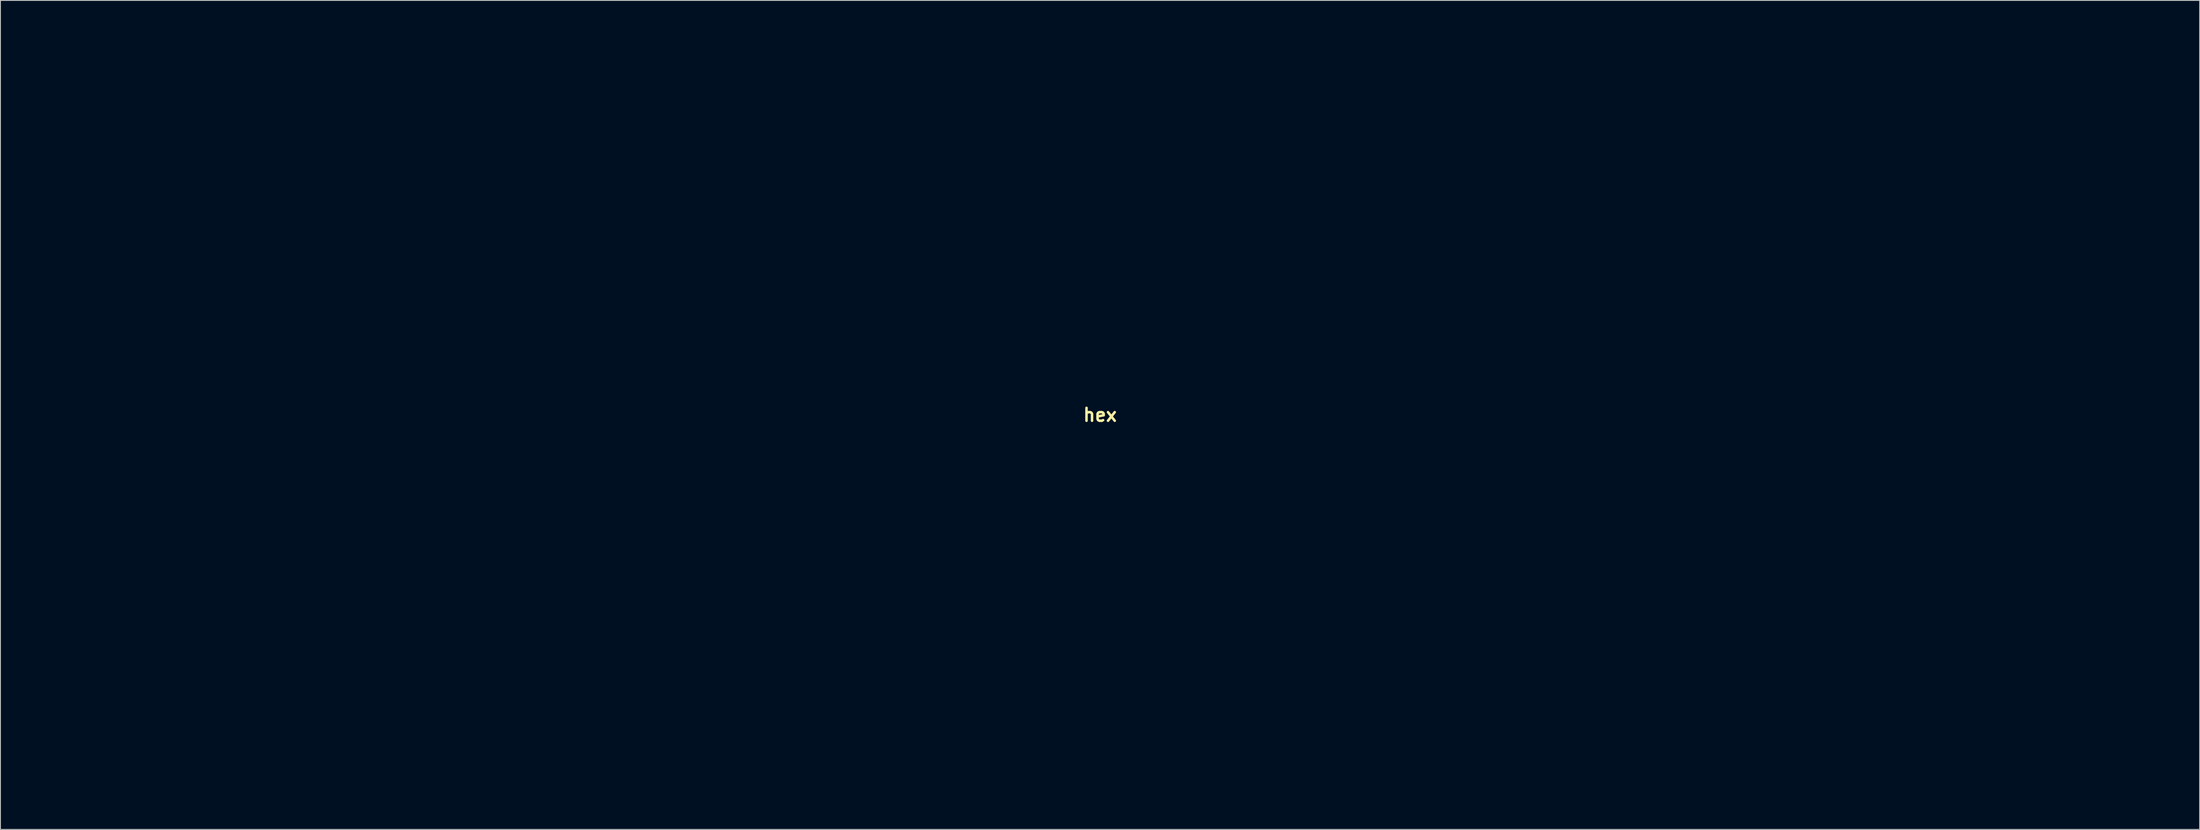
<source format=kicad_pcb>
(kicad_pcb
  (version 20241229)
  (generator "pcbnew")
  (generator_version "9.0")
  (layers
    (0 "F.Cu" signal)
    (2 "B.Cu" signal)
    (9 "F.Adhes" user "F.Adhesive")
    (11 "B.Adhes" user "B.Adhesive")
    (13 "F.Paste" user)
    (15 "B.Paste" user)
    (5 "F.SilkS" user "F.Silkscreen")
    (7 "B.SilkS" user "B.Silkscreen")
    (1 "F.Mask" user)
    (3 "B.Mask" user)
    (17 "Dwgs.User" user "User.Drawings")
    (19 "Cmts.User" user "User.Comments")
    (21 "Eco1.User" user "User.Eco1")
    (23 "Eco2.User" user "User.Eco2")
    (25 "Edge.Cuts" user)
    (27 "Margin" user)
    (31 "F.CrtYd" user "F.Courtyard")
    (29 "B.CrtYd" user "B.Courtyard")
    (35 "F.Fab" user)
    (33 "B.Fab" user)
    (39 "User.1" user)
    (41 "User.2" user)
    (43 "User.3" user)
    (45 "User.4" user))
  (footprint "hex"
    (layer "F.Cu")
    (at 127 46.005)
    (property "Reference" "hex" (at 0 0 0) (layer "F.SilkS") (effects (font (size 1.524 1.524) (thickness 0.3))))
    (attr through_hole)
    (fp_poly (pts (xy -106.9 -34.332) (xy -101.131 -30.999) (xy -100.145 -30.431) (xy -99.21 -29.893) (xy -98.338 -29.394) (xy -97.546 -28.943) (xy -96.847 -28.546) (xy -96.256 -28.213) (xy -95.788 -27.952) (xy -95.456 -27.771) (xy -95.276 -27.678) (xy -95.248 -27.667) (xy -95.145 -27.715) (xy -94.882 -27.856) (xy -94.476 -28.081) (xy -93.941 -28.381) (xy -93.29 -28.749) (xy -92.54 -29.176) (xy -91.704 -29.654) (xy -90.796 -30.174) (xy -89.833 -30.728) (xy -89.368 -30.997) (xy -83.6 -34.327) (xy -83.6 -46) (xy -83.1 -46) (xy -83.1 -34.343) (xy -77.266 -30.972) (xy -71.432 -27.601) (xy -65.591 -30.975) (xy -59.75 -34.35) (xy -59.724 -40.175) (xy -59.719 -41.4) (xy -59.713 -42.439) (xy -59.708 -43.309) (xy -59.701 -44.025) (xy -59.693 -44.6) (xy -59.682 -45.052) (xy -59.669 -45.394) (xy -59.653 -45.642) (xy -59.632 -45.811) (xy -59.608 -45.916) (xy -59.578 -45.973) (xy -59.542 -45.996) (xy -59.501 -46) (xy -59.499 -46) (xy -59.457 -45.996) (xy -59.422 -45.975) (xy -59.392 -45.92) (xy -59.368 -45.818) (xy -59.348 -45.652) (xy -59.332 -45.408) (xy -59.321 -45.071) (xy -59.312 -44.625) (xy -59.306 -44.056) (xy -59.303 -43.348) (xy -59.301 -42.486) (xy -59.3 -41.455) (xy -59.3 -40.24) (xy -59.3 -40.174) (xy -59.3 -34.349) (xy -47.613 -27.602) (xy -35.906 -34.35) (xy -35.903 -40.175) (xy -35.902 -41.4) (xy -35.901 -42.439) (xy -35.899 -43.309) (xy -35.895 -44.024) (xy -35.889 -44.6) (xy -35.88 -45.052) (xy -35.869 -45.394) (xy -35.853 -45.642) (xy -35.834 -45.811) (xy -35.809 -45.916) (xy -35.78 -45.973) (xy -35.745 -45.996) (xy -35.703 -46) (xy -35.7 -46) (xy -35.658 -45.996) (xy -35.622 -45.975) (xy -35.592 -45.921) (xy -35.568 -45.82) (xy -35.548 -45.655) (xy -35.532 -45.413) (xy -35.521 -45.077) (xy -35.512 -44.634) (xy -35.506 -44.066) (xy -35.502 -43.361) (xy -35.5 -42.502) (xy -35.499 -41.474) (xy -35.498 -40.262) (xy -35.498 -40.175) (xy -35.497 -34.35) (xy -29.647 -30.975) (xy -23.797 -27.601) (xy -17.95 -30.975) (xy -12.104 -34.35) (xy -12.102 -40.175) (xy -12.101 -41.4) (xy -12.1 -42.439) (xy -12.098 -43.309) (xy -12.094 -44.024) (xy -12.089 -44.6) (xy -12.08 -45.052) (xy -12.069 -45.394) (xy -12.053 -45.642) (xy -12.034 -45.811) (xy -12.009 -45.916) (xy -11.98 -45.973) (xy -11.945 -45.996) (xy -11.903 -46) (xy -11.9 -46) (xy -11.858 -45.996) (xy -11.822 -45.975) (xy -11.792 -45.921) (xy -11.768 -45.82) (xy -11.748 -45.655) (xy -11.732 -45.413) (xy -11.72 -45.077) (xy -11.712 -44.633) (xy -11.705 -44.066) (xy -11.701 -43.36) (xy -11.699 -42.5) (xy -11.698 -41.472) (xy -11.697 -40.26) (xy -11.697 -40.175) (xy -11.694 -34.35) (xy -5.839 -30.976) (xy 0.017 -27.601) (xy 5.858 -30.974) (xy 11.7 -34.346) (xy 11.7 -40.173) (xy 11.7 -41.398) (xy 11.701 -42.438) (xy 11.703 -43.308) (xy 11.706 -44.024) (xy 11.712 -44.6) (xy 11.72 -45.051) (xy 11.732 -45.393) (xy 11.747 -45.642) (xy 11.766 -45.811) (xy 11.791 -45.916) (xy 11.82 -45.973) (xy 11.855 -45.996) (xy 11.897 -46) (xy 11.899 -46) (xy 11.941 -45.996) (xy 11.977 -45.974) (xy 12.007 -45.919) (xy 12.032 -45.815) (xy 12.052 -45.648) (xy 12.069 -45.403) (xy 12.082 -45.063) (xy 12.092 -44.615) (xy 12.101 -44.043) (xy 12.107 -43.332) (xy 12.113 -42.467) (xy 12.118 -41.432) (xy 12.124 -40.213) (xy 12.124 -40.176) (xy 12.15 -34.352) (xy 23.831 -27.601) (xy 35.5 -34.338) (xy 35.5 -46) (xy 36 -46) (xy 36 -34.33) (xy 41.767 -30.999) (xy 42.753 -30.43) (xy 43.688 -29.893) (xy 44.559 -29.394) (xy 45.352 -28.942) (xy 46.051 -28.546) (xy 46.642 -28.213) (xy 47.111 -27.951) (xy 47.442 -27.77) (xy 47.622 -27.677) (xy 47.65 -27.667) (xy 47.754 -27.715) (xy 48.017 -27.856) (xy 48.423 -28.081) (xy 48.959 -28.382) (xy 49.609 -28.75) (xy 50.36 -29.177) (xy 51.196 -29.655) (xy 52.103 -30.175) (xy 53.067 -30.73) (xy 53.533 -30.999) (xy 59.3 -34.33) (xy 59.3 -40.165) (xy 59.3 -46) (xy 59.8 -46) (xy 59.8 -34.34) (xy 65.635 -30.97) (xy 71.469 -27.601) (xy 77.31 -30.976) (xy 83.15 -34.352) (xy 83.176 -40.176) (xy 83.181 -41.4) (xy 83.187 -42.44) (xy 83.192 -43.31) (xy 83.199 -44.025) (xy 83.207 -44.601) (xy 83.218 -45.052) (xy 83.231 -45.394) (xy 83.247 -45.642) (xy 83.268 -45.811) (xy 83.292 -45.917) (xy 83.322 -45.973) (xy 83.358 -45.996) (xy 83.4 -46) (xy 83.401 -46) (xy 83.443 -45.996) (xy 83.478 -45.975) (xy 83.508 -45.92) (xy 83.532 -45.818) (xy 83.552 -45.652) (xy 83.568 -45.408) (xy 83.579 -45.071) (xy 83.588 -44.625) (xy 83.594 -44.056) (xy 83.597 -43.348) (xy 83.599 -42.486) (xy 83.6 -41.455) (xy 83.6 -40.24) (xy 83.6 -40.173) (xy 83.6 -34.347) (xy 89.442 -30.975) (xy 95.284 -27.602) (xy 101.139 -30.976) (xy 106.994 -34.35) (xy 106.997 -40.175) (xy 106.998 -41.4) (xy 106.999 -42.439) (xy 107.001 -43.309) (xy 107.005 -44.024) (xy 107.011 -44.6) (xy 107.02 -45.052) (xy 107.031 -45.394) (xy 107.047 -45.642) (xy 107.066 -45.811) (xy 107.091 -45.916) (xy 107.12 -45.973) (xy 107.155 -45.996) (xy 107.197 -46) (xy 107.2 -46) (xy 107.242 -45.996) (xy 107.278 -45.975) (xy 107.308 -45.921) (xy 107.332 -45.82) (xy 107.352 -45.655) (xy 107.368 -45.413) (xy 107.379 -45.077) (xy 107.388 -44.634) (xy 107.394 -44.066) (xy 107.398 -43.361) (xy 107.4 -42.501) (xy 107.401 -41.473) (xy 107.402 -40.262) (xy 107.402 -40.175) (xy 107.404 -34.35) (xy 119.097 -27.6) (xy 122.994 -29.85) (xy 123.799 -30.314) (xy 124.55 -30.746) (xy 125.231 -31.136) (xy 125.823 -31.473) (xy 126.308 -31.748) (xy 126.67 -31.95) (xy 126.89 -32.07) (xy 126.952 -32.1) (xy 126.988 -32.016) (xy 126.982 -31.875) (xy 126.943 -31.802) (xy 126.835 -31.697) (xy 126.645 -31.553) (xy 126.359 -31.361) (xy 125.963 -31.113) (xy 125.445 -30.8) (xy 124.791 -30.414) (xy 123.988 -29.947) (xy 123.127 -29.45) (xy 119.305 -27.25) (xy 119.302 -20.491) (xy 119.3 -13.731) (xy 123.15 -11.508) (xy 124.074 -10.973) (xy 124.839 -10.528) (xy 125.46 -10.163) (xy 125.951 -9.868) (xy 126.328 -9.634) (xy 126.603 -9.452) (xy 126.794 -9.312) (xy 126.913 -9.205) (xy 126.977 -9.121) (xy 126.999 -9.051) (xy 127 -9.034) (xy 127 -8.784) (xy 126.675 -8.982) (xy 126.291 -9.212) (xy 125.798 -9.502) (xy 125.217 -9.841) (xy 124.568 -10.216) (xy 123.874 -10.615) (xy 123.156 -11.026) (xy 122.434 -11.437) (xy 121.731 -11.836) (xy 121.067 -12.21) (xy 120.465 -12.548) (xy 119.945 -12.837) (xy 119.528 -13.066) (xy 119.237 -13.221) (xy 119.092 -13.292) (xy 119.081 -13.295) (xy 118.974 -13.245) (xy 118.709 -13.103) (xy 118.3 -12.877) (xy 117.762 -12.576) (xy 117.11 -12.207) (xy 116.358 -11.779) (xy 115.521 -11.3) (xy 114.613 -10.778) (xy 113.65 -10.223) (xy 113.2 -9.963) (xy 107.45 -6.636) (xy 107.45 6.936) (xy 113.2 10.263) (xy 114.184 10.831) (xy 115.119 11.369) (xy 115.99 11.868) (xy 116.782 12.32) (xy 117.481 12.717) (xy 118.072 13.05) (xy 118.541 13.311) (xy 118.873 13.492) (xy 119.053 13.584) (xy 119.081 13.595) (xy 119.186 13.548) (xy 119.442 13.412) (xy 119.829 13.201) (xy 120.325 12.926) (xy 120.909 12.6) (xy 121.559 12.233) (xy 122.254 11.84) (xy 122.973 11.43) (xy 123.694 11.018) (xy 124.397 10.615) (xy 125.059 10.233) (xy 125.659 9.884) (xy 126.177 9.58) (xy 126.59 9.333) (xy 126.675 9.282) (xy 127 9.084) (xy 127 9.333) (xy 126.986 9.401) (xy 126.934 9.481) (xy 126.83 9.582) (xy 126.658 9.713) (xy 126.404 9.884) (xy 126.054 10.104) (xy 125.592 10.383) (xy 125.004 10.73) (xy 124.275 11.155) (xy 123.39 11.668) (xy 123.15 11.806) (xy 119.3 14.03) (xy 119.302 20.79) (xy 119.305 27.55) (xy 123.127 29.75) (xy 124.076 30.298) (xy 124.864 30.757) (xy 125.503 31.135) (xy 126.008 31.441) (xy 126.392 31.683) (xy 126.668 31.87) (xy 126.85 32.01) (xy 126.95 32.111) (xy 126.982 32.175) (xy 126.984 32.35) (xy 126.952 32.4) (xy 126.855 32.352) (xy 126.603 32.213) (xy 126.213 31.994) (xy 125.703 31.705) (xy 125.09 31.355) (xy 124.393 30.956) (xy 123.628 30.516) (xy 122.994 30.15) (xy 119.097 27.9) (xy 113.25 31.275) (xy 107.404 34.65) (xy 107.402 40.325) (xy 107.401 41.532) (xy 107.4 42.555) (xy 107.398 43.409) (xy 107.394 44.108) (xy 107.388 44.669) (xy 107.379 45.106) (xy 107.367 45.435) (xy 107.351 45.672) (xy 107.331 45.831) (xy 107.306 45.928) (xy 107.275 45.978) (xy 107.238 45.997) (xy 107.2 46) (xy 107.157 45.996) (xy 107.121 45.975) (xy 107.091 45.92) (xy 107.067 45.817) (xy 107.047 45.65) (xy 107.031 45.404) (xy 107.019 45.064) (xy 107.011 44.614) (xy 107.005 44.039) (xy 107.001 43.324) (xy 106.999 42.453) (xy 106.998 41.41) (xy 106.997 40.325) (xy 106.994 34.65) (xy 95.284 27.902) (xy 89.442 31.275) (xy 83.6 34.647) (xy 83.6 40.323) (xy 83.6 41.531) (xy 83.599 42.554) (xy 83.597 43.408) (xy 83.594 44.107) (xy 83.588 44.668) (xy 83.579 45.106) (xy 83.567 45.435) (xy 83.551 45.672) (xy 83.531 45.831) (xy 83.506 45.928) (xy 83.475 45.978) (xy 83.438 45.997) (xy 83.401 46) (xy 83.358 45.996) (xy 83.322 45.974) (xy 83.292 45.917) (xy 83.267 45.812) (xy 83.247 45.643) (xy 83.23 45.394) (xy 83.217 45.05) (xy 83.207 44.596) (xy 83.199 44.016) (xy 83.192 43.295) (xy 83.186 42.418) (xy 83.181 41.369) (xy 83.176 40.326) (xy 83.15 34.652) (xy 77.31 31.276) (xy 71.469 27.901) (xy 65.635 31.27) (xy 59.8 34.64) (xy 59.8 40.32) (xy 59.8 46) (xy 59.3 46) (xy 59.3 34.63) (xy 53.533 31.299) (xy 52.547 30.73) (xy 51.612 30.193) (xy 50.741 29.694) (xy 49.948 29.242) (xy 49.249 28.846) (xy 48.658 28.513) (xy 48.189 28.251) (xy 47.858 28.07) (xy 47.678 27.977) (xy 47.65 27.967) (xy 47.546 28.015) (xy 47.283 28.156) (xy 46.877 28.381) (xy 46.341 28.682) (xy 45.691 29.05) (xy 44.94 29.477) (xy 44.104 29.955) (xy 43.197 30.475) (xy 42.233 31.03) (xy 41.767 31.299) (xy 36 34.63) (xy 36 46) (xy 35.5 46) (xy 35.5 40.319) (xy 35.5 34.638) (xy 29.666 31.27) (xy 23.831 27.901) (xy 17.991 31.276) (xy 12.15 34.652) (xy 12.124 40.326) (xy 12.119 41.533) (xy 12.113 42.556) (xy 12.107 43.409) (xy 12.1 44.109) (xy 12.092 44.669) (xy 12.081 45.107) (xy 12.068 45.436) (xy 12.051 45.672) (xy 12.029 45.831) (xy 12.004 45.928) (xy 11.973 45.979) (xy 11.936 45.997) (xy 11.899 46) (xy 11.857 45.996) (xy 11.821 45.974) (xy 11.791 45.919) (xy 11.766 45.815) (xy 11.747 45.647) (xy 11.731 45.4) (xy 11.72 45.058) (xy 11.712 44.606) (xy 11.706 44.029) (xy 11.703 43.312) (xy 11.701 42.438) (xy 11.7 41.393) (xy 11.7 40.323) (xy 11.7 34.646) (xy 5.858 31.274) (xy 0.017 27.901) (xy -5.839 31.276) (xy -11.694 34.65) (xy -11.697 40.325) (xy -11.698 41.532) (xy -11.699 42.555) (xy -11.701 43.409) (xy -11.705 44.108) (xy -11.712 44.669) (xy -11.72 45.106) (xy -11.733 45.435) (xy -11.749 45.672) (xy -11.769 45.831) (xy -11.794 45.928) (xy -11.825 45.978) (xy -11.862 45.997) (xy -11.9 46) (xy -11.943 45.996) (xy -11.979 45.975) (xy -12.009 45.92) (xy -12.033 45.817) (xy -12.053 45.65) (xy -12.069 45.405) (xy -12.08 45.064) (xy -12.089 44.615) (xy -12.095 44.04) (xy -12.098 43.324) (xy -12.1 42.454) (xy -12.101 41.412) (xy -12.102 40.325) (xy -12.104 34.65) (xy -23.797 27.901) (xy -29.647 31.275) (xy -35.497 34.65) (xy -35.498 40.325) (xy -35.499 41.532) (xy -35.5 42.555) (xy -35.502 43.409) (xy -35.506 44.108) (xy -35.512 44.669) (xy -35.521 45.106) (xy -35.533 45.435) (xy -35.549 45.672) (xy -35.569 45.831) (xy -35.594 45.928) (xy -35.625 45.978) (xy -35.662 45.997) (xy -35.7 46) (xy -35.743 45.996) (xy -35.779 45.975) (xy -35.809 45.92) (xy -35.833 45.817) (xy -35.853 45.65) (xy -35.869 45.404) (xy -35.881 45.064) (xy -35.889 44.614) (xy -35.895 44.039) (xy -35.899 43.324) (xy -35.901 42.453) (xy -35.902 41.41) (xy -35.903 40.325) (xy -35.906 34.65) (xy -41.76 31.276) (xy -47.613 27.902) (xy -59.3 34.649) (xy -59.3 40.324) (xy -59.3 41.532) (xy -59.301 42.555) (xy -59.303 43.408) (xy -59.306 44.108) (xy -59.312 44.669) (xy -59.321 45.106) (xy -59.333 45.435) (xy -59.349 45.672) (xy -59.369 45.831) (xy -59.394 45.928) (xy -59.425 45.978) (xy -59.462 45.997) (xy -59.499 46) (xy -59.542 45.996) (xy -59.578 45.974) (xy -59.608 45.917) (xy -59.633 45.812) (xy -59.653 45.643) (xy -59.67 45.394) (xy -59.683 45.05) (xy -59.693 44.596) (xy -59.701 44.016) (xy -59.708 43.295) (xy -59.714 42.418) (xy -59.719 41.37) (xy -59.724 40.325) (xy -59.75 34.65) (xy -65.591 31.275) (xy -71.432 27.901) (xy -77.266 31.272) (xy -83.1 34.643) (xy -83.1 46) (xy -83.6 46) (xy -83.6 34.627) (xy -89.368 31.297) (xy -90.353 30.729) (xy -91.288 30.191) (xy -92.16 29.693) (xy -92.952 29.241) (xy -93.651 28.845) (xy -94.242 28.512) (xy -94.71 28.251) (xy -95.041 28.07) (xy -95.221 27.977) (xy -95.248 27.967) (xy -95.352 28.015) (xy -95.614 28.156) (xy -96.02 28.381) (xy -96.556 28.682) (xy -97.206 29.049) (xy -97.957 29.476) (xy -98.793 29.954) (xy -99.7 30.475) (xy -100.664 31.03) (xy -101.131 31.299) (xy -106.9 34.632) (xy -106.9 46) (xy -107.4 46) (xy -107.4 34.638) (xy -112.925 31.449) (xy -113.896 30.888) (xy -114.823 30.353) (xy -115.689 29.853) (xy -116.478 29.397) (xy -117.176 28.994) (xy -117.767 28.653) (xy -118.235 28.382) (xy -118.565 28.192) (xy -118.74 28.09) (xy -118.756 28.081) (xy -119.063 27.902) (xy -123.006 30.181) (xy -123.945 30.723) (xy -124.726 31.17) (xy -125.363 31.532) (xy -125.87 31.814) (xy -126.262 32.024) (xy -126.552 32.17) (xy -126.755 32.26) (xy -126.886 32.3) (xy -126.957 32.298) (xy -126.984 32.262) (xy -126.984 32.261) (xy -126.94 32.041) (xy -126.855 31.942) (xy -126.736 31.867) (xy -126.462 31.704) (xy -126.053 31.464) (xy -125.527 31.156) (xy -124.902 30.792) (xy -124.199 30.384) (xy -123.435 29.942) (xy -122.995 29.688) (xy -119.299 27.554) (xy -119.324 20.769) (xy -119.35 14.115) (xy -118.901 14.115) (xy -118.876 20.827) (xy -118.85 27.54) (xy -107.156 34.294) (xy -106.853 34.117) (xy -106.715 34.037) (xy -106.419 33.866) (xy -105.981 33.613) (xy -105.417 33.287) (xy -104.741 32.898) (xy -103.971 32.453) (xy -103.121 31.962) (xy -102.207 31.435) (xy -101.244 30.88) (xy -101.024 30.753) (xy -95.499 27.565) (xy -95.499 27.561) (xy -95.001 27.561) (xy -89.18 30.922) (xy -83.359 34.283) (xy -83.005 34.097) (xy -82.857 34.015) (xy -82.552 33.841) (xy -82.106 33.586) (xy -81.534 33.257) (xy -80.853 32.865) (xy -80.077 32.418) (xy -79.223 31.925) (xy -78.307 31.395) (xy -77.344 30.838) (xy -77.15 30.726) (xy -71.668 27.553) (xy -71.201 27.553) (xy -65.376 30.922) (xy -64.387 31.492) (xy -63.45 32.032) (xy -62.578 32.533) (xy -61.786 32.986) (xy -61.088 33.384) (xy -60.498 33.718) (xy -60.031 33.981) (xy -59.7 34.164) (xy -59.521 34.259) (xy -59.492 34.27) (xy -59.398 34.218) (xy -59.145 34.074) (xy -58.747 33.847) (xy -58.219 33.545) (xy -57.575 33.175) (xy -56.83 32.747) (xy -55.998 32.268) (xy -55.092 31.747) (xy -54.128 31.192) (xy -53.621 30.9) (xy -47.808 27.55) (xy -47.8 14.038) (xy -47.827 14.023) (xy -47.4 14.023) (xy -47.398 20.786) (xy -47.396 27.55) (xy -41.573 30.919) (xy -40.585 31.49) (xy -39.648 32.03) (xy -38.775 32.53) (xy -37.983 32.984) (xy -37.284 33.382) (xy -36.694 33.716) (xy -36.226 33.979) (xy -35.895 34.162) (xy -35.715 34.257) (xy -35.686 34.269) (xy -35.59 34.217) (xy -35.336 34.073) (xy -34.938 33.846) (xy -34.409 33.544) (xy -33.764 33.174) (xy -33.018 32.746) (xy -32.186 32.267) (xy -31.28 31.745) (xy -30.316 31.19) (xy -29.813 30.9) (xy -24.005 27.55) (xy -24.002 20.79) (xy -24 14.032) (xy -23.6 14.032) (xy -23.597 20.791) (xy -23.594 27.55) (xy -17.772 30.916) (xy -16.783 31.487) (xy -15.846 32.027) (xy -14.973 32.527) (xy -14.18 32.981) (xy -13.481 33.379) (xy -12.89 33.713) (xy -12.421 33.976) (xy -12.089 34.159) (xy -11.909 34.254) (xy -11.879 34.266) (xy -11.783 34.215) (xy -11.528 34.071) (xy -11.128 33.844) (xy -10.599 33.542) (xy -9.953 33.173) (xy -9.207 32.744) (xy -8.374 32.265) (xy -7.468 31.744) (xy -6.505 31.188) (xy -6.005 30.9) (xy -0.202 27.55) (xy -0.201 20.785) (xy -0.2 14.043) (xy 0.199 14.043) (xy 0.224 20.797) (xy 0.25 27.55) (xy 6.05 30.915) (xy 7.035 31.486) (xy 7.969 32.027) (xy 8.837 32.53) (xy 9.624 32.986) (xy 10.317 33.387) (xy 10.902 33.725) (xy 11.363 33.991) (xy 11.687 34.177) (xy 11.86 34.276) (xy 11.885 34.29) (xy 11.975 34.243) (xy 12.224 34.104) (xy 12.618 33.881) (xy 13.142 33.582) (xy 13.783 33.216) (xy 14.525 32.79) (xy 15.355 32.313) (xy 16.259 31.793) (xy 17.222 31.237) (xy 17.761 30.926) (xy 23.601 27.553) (xy 23.576 20.769) (xy 23.562 17.173) (xy 24.014 17.173) (xy 24.015 18.098) (xy 24.018 19.19) (xy 24.023 20.463) (xy 24.024 20.838) (xy 24.05 27.543) (xy 35.742 34.295) (xy 36.046 34.118) (xy 36.184 34.038) (xy 36.48 33.866) (xy 36.918 33.613) (xy 37.483 33.287) (xy 38.158 32.897) (xy 38.929 32.452) (xy 39.779 31.962) (xy 40.693 31.434) (xy 41.655 30.878) (xy 41.876 30.751) (xy 47.401 27.562) (xy 47.899 27.562) (xy 53.719 30.923) (xy 59.539 34.284) (xy 59.894 34.097) (xy 60.042 34.015) (xy 60.347 33.842) (xy 60.793 33.586) (xy 61.365 33.258) (xy 62.047 32.865) (xy 62.823 32.418) (xy 63.677 31.925) (xy 64.593 31.395) (xy 65.556 30.838) (xy 65.75 30.726) (xy 71.234 27.551) (xy 71.699 27.551) (xy 77.524 30.922) (xy 78.511 31.493) (xy 79.446 32.034) (xy 80.314 32.536) (xy 81.102 32.992) (xy 81.795 33.392) (xy 82.379 33.73) (xy 82.839 33.996) (xy 83.163 34.183) (xy 83.334 34.282) (xy 83.359 34.296) (xy 83.445 34.248) (xy 83.69 34.109) (xy 84.079 33.885) (xy 84.598 33.587) (xy 85.232 33.222) (xy 85.968 32.798) (xy 86.791 32.324) (xy 87.686 31.807) (xy 88.639 31.257) (xy 89.009 31.043) (xy 89.988 30.478) (xy 90.92 29.94) (xy 91.789 29.437) (xy 92.581 28.978) (xy 93.281 28.572) (xy 93.873 28.228) (xy 94.342 27.955) (xy 94.674 27.761) (xy 94.852 27.655) (xy 94.875 27.641) (xy 95.1 27.495) (xy 95.1 14.04) (xy 95.067 14.021) (xy 95.5 14.021) (xy 95.501 20.785) (xy 95.503 27.55) (xy 101.326 30.919) (xy 102.315 31.49) (xy 103.252 32.03) (xy 104.124 32.531) (xy 104.916 32.984) (xy 105.615 33.382) (xy 106.205 33.717) (xy 106.673 33.98) (xy 107.004 34.162) (xy 107.183 34.257) (xy 107.212 34.269) (xy 107.307 34.217) (xy 107.561 34.074) (xy 107.96 33.846) (xy 108.488 33.544) (xy 109.133 33.174) (xy 109.878 32.746) (xy 110.711 32.267) (xy 111.616 31.746) (xy 112.58 31.191) (xy 113.085 30.9) (xy 118.895 27.55) (xy 118.898 20.79) (xy 118.9 14.03) (xy 113.057 10.658) (xy 111.902 9.992) (xy 110.909 9.42) (xy 110.063 8.936) (xy 109.352 8.531) (xy 108.764 8.201) (xy 108.286 7.937) (xy 107.907 7.734) (xy 107.612 7.585) (xy 107.39 7.482) (xy 107.229 7.42) (xy 107.115 7.392) (xy 107.036 7.39) (xy 106.982 7.407) (xy 106.857 7.477) (xy 106.574 7.639) (xy 106.148 7.883) (xy 105.594 8.2) (xy 104.928 8.583) (xy 104.165 9.022) (xy 103.32 9.509) (xy 102.407 10.035) (xy 101.443 10.591) (xy 101.125 10.775) (xy 95.5 14.021) (xy 95.067 14.021) (xy 89.241 10.656) (xy 83.382 7.273) (xy 83.016 7.48) (xy 82.866 7.566) (xy 82.559 7.742) (xy 82.111 8.001) (xy 81.537 8.331) (xy 80.854 8.725) (xy 80.077 9.174) (xy 79.223 9.667) (xy 78.308 10.195) (xy 77.347 10.751) (xy 77.2 10.835) (xy 71.75 13.984) (xy 71.724 20.768) (xy 71.699 27.551) (xy 71.234 27.551) (xy 71.25 27.542) (xy 71.276 20.796) (xy 71.301 14.05) (xy 65.443 10.667) (xy 64.451 10.095) (xy 63.507 9.556) (xy 62.628 9.055) (xy 61.827 8.603) (xy 61.119 8.207) (xy 60.518 7.875) (xy 60.039 7.615) (xy 59.696 7.435) (xy 59.504 7.343) (xy 59.468 7.333) (xy 59.363 7.39) (xy 59.1 7.539) (xy 58.693 7.771) (xy 58.157 8.079) (xy 57.507 8.452) (xy 56.757 8.884) (xy 55.922 9.366) (xy 55.016 9.888) (xy 54.055 10.444) (xy 53.65 10.678) (xy 47.95 13.974) (xy 47.924 20.768) (xy 47.899 27.562) (xy 47.401 27.562) (xy 47.401 27.562) (xy 47.376 20.768) (xy 47.35 13.974) (xy 41.65 10.678) (xy 40.67 10.111) (xy 39.74 9.574) (xy 38.875 9.075) (xy 38.088 8.622) (xy 37.396 8.224) (xy 36.811 7.888) (xy 36.35 7.624) (xy 36.027 7.44) (xy 35.856 7.345) (xy 35.833 7.333) (xy 35.733 7.375) (xy 35.477 7.507) (xy 35.083 7.719) (xy 34.568 8.002) (xy 33.95 8.346) (xy 33.247 8.74) (xy 32.475 9.174) (xy 31.652 9.64) (xy 30.796 10.126) (xy 29.924 10.623) (xy 29.053 11.121) (xy 28.202 11.609) (xy 27.387 12.079) (xy 26.625 12.519) (xy 25.935 12.921) (xy 25.334 13.274) (xy 24.839 13.567) (xy 24.467 13.792) (xy 24.237 13.938) (xy 24.174 13.983) (xy 24.14 14.022) (xy 24.11 14.085) (xy 24.085 14.186) (xy 24.064 14.34) (xy 24.048 14.561) (xy 24.035 14.863) (xy 24.025 15.261) (xy 24.019 15.769) (xy 24.015 16.402) (xy 24.014 17.173) (xy 23.562 17.173) (xy 23.55 13.986) (xy 18.1 10.835) (xy 17.134 10.277) (xy 16.21 9.743) (xy 15.346 9.244) (xy 14.557 8.789) (xy 13.859 8.386) (xy 13.268 8.045) (xy 12.8 7.775) (xy 12.47 7.586) (xy 12.296 7.486) (xy 12.284 7.479) (xy 11.918 7.273) (xy 0.199 14.043) (xy -0.2 14.043) (xy -0.2 14.02) (xy -5.97 10.689) (xy -6.956 10.12) (xy -7.894 9.582) (xy -8.769 9.084) (xy -9.566 8.632) (xy -10.269 8.235) (xy -10.866 7.903) (xy -11.34 7.642) (xy -11.678 7.461) (xy -11.864 7.368) (xy -11.895 7.358) (xy -12.006 7.407) (xy -12.275 7.548) (xy -12.688 7.773) (xy -13.23 8.074) (xy -13.886 8.443) (xy -14.641 8.87) (xy -15.482 9.349) (xy -16.392 9.87) (xy -17.358 10.426) (xy -17.825 10.695) (xy -23.6 14.032) (xy -24 14.032) (xy -24 14.03) (xy -29.775 10.694) (xy -30.762 10.125) (xy -31.7 9.587) (xy -32.575 9.087) (xy -33.372 8.635) (xy -34.077 8.238) (xy -34.673 7.904) (xy -35.148 7.643) (xy -35.486 7.461) (xy -35.673 7.368) (xy -35.704 7.357) (xy -35.815 7.406) (xy -36.085 7.547) (xy -36.497 7.772) (xy -37.039 8.073) (xy -37.695 8.441) (xy -38.45 8.868) (xy -39.291 9.347) (xy -40.201 9.868) (xy -41.167 10.423) (xy -41.629 10.69) (xy -47.4 14.023) (xy -47.827 14.023) (xy -53.659 10.656) (xy -59.517 7.273) (xy -59.884 7.48) (xy -60.034 7.565) (xy -60.341 7.742) (xy -60.789 8) (xy -61.363 8.331) (xy -62.046 8.725) (xy -62.823 9.174) (xy -63.677 9.667) (xy -64.592 10.195) (xy -65.554 10.751) (xy -65.7 10.835) (xy -71.15 13.984) (xy -71.176 20.768) (xy -71.201 27.553) (xy -71.668 27.553) (xy -71.65 27.542) (xy -71.624 20.837) (xy -71.619 19.512) (xy -71.616 18.373) (xy -71.614 17.405) (xy -71.615 16.594) (xy -71.618 15.926) (xy -71.623 15.386) (xy -71.632 14.96) (xy -71.644 14.633) (xy -71.659 14.392) (xy -71.679 14.222) (xy -71.703 14.108) (xy -71.731 14.036) (xy -71.765 13.992) (xy -71.774 13.983) (xy -71.915 13.887) (xy -72.207 13.706) (xy -72.633 13.451) (xy -73.176 13.131) (xy -73.817 12.756) (xy -74.539 12.337) (xy -75.325 11.883) (xy -76.158 11.404) (xy -77.02 10.91) (xy -77.893 10.412) (xy -78.76 9.918) (xy -79.604 9.439) (xy -80.408 8.986) (xy -81.153 8.567) (xy -81.822 8.193) (xy -82.398 7.874) (xy -82.864 7.62) (xy -83.202 7.44) (xy -83.394 7.345) (xy -83.432 7.333) (xy -83.537 7.39) (xy -83.8 7.539) (xy -84.207 7.772) (xy -84.743 8.079) (xy -85.393 8.453) (xy -86.143 8.885) (xy -86.978 9.367) (xy -87.884 9.889) (xy -88.845 10.445) (xy -89.25 10.679) (xy -94.95 13.976) (xy -95.001 27.561) (xy -95.499 27.561) (xy -95.524 20.77) (xy -95.55 13.974) (xy -101.15 10.73) (xy -102.124 10.167) (xy -103.051 9.631) (xy -103.915 9.131) (xy -104.701 8.678) (xy -105.395 8.278) (xy -105.982 7.941) (xy -106.445 7.675) (xy -106.77 7.49) (xy -106.942 7.394) (xy -106.962 7.383) (xy -107.023 7.373) (xy -107.124 7.392) (xy -107.277 7.447) (xy -107.493 7.544) (xy -107.786 7.69) (xy -108.167 7.892) (xy -108.649 8.156) (xy -109.245 8.489) (xy -109.966 8.898) (xy -110.825 9.39) (xy -111.834 9.97) (xy -112.762 10.505) (xy -113.738 11.068) (xy -114.668 11.606) (xy -115.537 12.11) (xy -116.33 12.571) (xy -117.031 12.979) (xy -117.624 13.326) (xy -118.094 13.602) (xy -118.427 13.8) (xy -118.605 13.908) (xy -118.626 13.922) (xy -118.901 14.115) (xy -119.35 14.115) (xy -119.35 13.985) (xy -123.143 11.791) (xy -123.937 11.331) (xy -124.676 10.903) (xy -125.342 10.516) (xy -125.919 10.18) (xy -126.388 9.906) (xy -126.731 9.705) (xy -126.931 9.586) (xy -126.976 9.557) (xy -126.995 9.439) (xy -126.983 9.311) (xy -126.959 9.271) (xy -126.895 9.264) (xy -126.775 9.297) (xy -126.586 9.377) (xy -126.314 9.513) (xy -125.943 9.711) (xy -125.46 9.979) (xy -124.85 10.325) (xy -124.098 10.757) (xy -123.19 11.281) (xy -123.05 11.362) (xy -122.104 11.908) (xy -121.316 12.359) (xy -120.67 12.725) (xy -120.151 13.012) (xy -119.746 13.228) (xy -119.438 13.382) (xy -119.214 13.48) (xy -119.058 13.531) (xy -118.956 13.542) (xy -118.918 13.534) (xy -118.793 13.471) (xy -118.51 13.316) (xy -118.084 13.078) (xy -117.53 12.765) (xy -116.864 12.388) (xy -116.101 11.953) (xy -115.256 11.469) (xy -114.343 10.946) (xy -113.379 10.391) (xy -113.047 10.2) (xy -107.408 6.95) (xy -106.894 6.95) (xy -101.122 10.278) (xy -99.98 10.935) (xy -98.937 11.53) (xy -98 12.06) (xy -97.181 12.518) (xy -96.488 12.9) (xy -95.931 13.2) (xy -95.519 13.414) (xy -95.262 13.535) (xy -95.173 13.562) (xy -95.058 13.506) (xy -94.785 13.358) (xy -94.368 13.126) (xy -93.823 12.82) (xy -93.164 12.447) (xy -92.407 12.016) (xy -91.566 11.535) (xy -90.655 11.013) (xy -89.691 10.459) (xy -89.3 10.234) (xy -83.604 6.95) (xy -83.604 -6.65) (xy -83.091 -6.65) (xy -83.091 6.95) (xy -77.321 10.274) (xy -76.335 10.84) (xy -75.399 11.377) (xy -74.527 11.875) (xy -73.734 12.325) (xy -73.035 12.721) (xy -72.444 13.053) (xy -71.975 13.314) (xy -71.643 13.495) (xy -71.464 13.588) (xy -71.436 13.599) (xy -71.332 13.55) (xy -71.07 13.409) (xy -70.663 13.185) (xy -70.128 12.884) (xy -69.477 12.517) (xy -68.726 12.09) (xy -67.89 11.612) (xy -66.982 11.091) (xy -66.017 10.535) (xy -65.536 10.258) (xy -59.75 6.916) (xy -59.75 -6.616) (xy -59.797 -6.643) (xy -59.25 -6.643) (xy -59.25 6.943) (xy -53.5 10.272) (xy -52.269 10.982) (xy -51.168 11.613) (xy -50.201 12.161) (xy -49.375 12.624) (xy -48.695 12.998) (xy -48.167 13.281) (xy -47.796 13.468) (xy -47.589 13.557) (xy -47.55 13.564) (xy -47.431 13.508) (xy -47.154 13.361) (xy -46.734 13.129) (xy -46.186 12.822) (xy -45.525 12.449) (xy -44.765 12.017) (xy -43.923 11.535) (xy -43.012 11.011) (xy -42.047 10.454) (xy -41.65 10.225) (xy -35.95 6.923) (xy -35.95 -6.623) (xy -35.965 -6.632) (xy -35.45 -6.632) (xy -35.45 6.932) (xy -29.7 10.261) (xy -28.716 10.83) (xy -27.78 11.368) (xy -26.908 11.867) (xy -26.114 12.319) (xy -25.412 12.715) (xy -24.819 13.048) (xy -24.347 13.308) (xy -24.012 13.488) (xy -23.829 13.58) (xy -23.8 13.59) (xy -23.69 13.541) (xy -23.421 13.4) (xy -23.01 13.174) (xy -22.469 12.873) (xy -21.814 12.505) (xy -21.06 12.077) (xy -20.221 11.599) (xy -19.312 11.077) (xy -18.348 10.522) (xy -17.9 10.263) (xy -12.15 6.936) (xy -12.15 -6.624) (xy -11.65 -6.624) (xy -11.65 6.923) (xy -5.9 10.255) (xy -4.916 10.824) (xy -3.98 11.363) (xy -3.108 11.862) (xy -2.314 12.315) (xy -1.613 12.712) (xy -1.019 13.045) (xy -0.547 13.307) (xy -0.212 13.488) (xy -0.029 13.58) (xy 0 13.591) (xy 0.11 13.542) (xy 0.379 13.402) (xy 0.79 13.178) (xy 1.331 12.877) (xy 1.986 12.51) (xy 2.74 12.083) (xy 3.579 11.605) (xy 4.488 11.084) (xy 5.453 10.529) (xy 5.9 10.271) (xy 11.65 6.946) (xy 11.65 -6.612) (xy 12.15 -6.612) (xy 12.15 6.912) (xy 17.9 10.247) (xy 18.884 10.817) (xy 19.819 11.356) (xy 20.691 11.857) (xy 21.484 12.31) (xy 22.185 12.708) (xy 22.778 13.043) (xy 23.249 13.305) (xy 23.583 13.487) (xy 23.765 13.58) (xy 23.794 13.591) (xy 23.903 13.544) (xy 24.171 13.405) (xy 24.582 13.182) (xy 25.123 12.883) (xy 25.778 12.517) (xy 26.533 12.092) (xy 27.373 11.616) (xy 28.283 11.097) (xy 29.249 10.543) (xy 29.715 10.275) (xy 35.492 6.95) (xy 36.005 6.95) (xy 41.777 10.279) (xy 42.909 10.929) (xy 43.945 11.52) (xy 44.878 12.048) (xy 45.696 12.506) (xy 46.39 12.889) (xy 46.95 13.191) (xy 47.367 13.408) (xy 47.63 13.533) (xy 47.725 13.563) (xy 47.84 13.507) (xy 48.114 13.358) (xy 48.53 13.127) (xy 49.075 12.82) (xy 49.733 12.447) (xy 50.491 12.016) (xy 51.332 11.536) (xy 52.242 11.014) (xy 53.206 10.46) (xy 53.598 10.234) (xy 59.295 6.95) (xy 59.295 -6.65) (xy 59.808 -6.65) (xy 59.808 6.95) (xy 65.579 10.273) (xy 66.565 10.84) (xy 67.501 11.377) (xy 68.373 11.874) (xy 69.166 12.325) (xy 69.865 12.721) (xy 70.456 13.053) (xy 70.925 13.314) (xy 71.257 13.495) (xy 71.436 13.588) (xy 71.464 13.598) (xy 71.568 13.55) (xy 71.83 13.409) (xy 72.237 13.185) (xy 72.772 12.884) (xy 73.423 12.517) (xy 74.174 12.09) (xy 75.01 11.612) (xy 75.918 11.091) (xy 76.883 10.535) (xy 77.364 10.258) (xy 83.15 6.916) (xy 83.15 -6.616) (xy 83.102 -6.643) (xy 83.65 -6.643) (xy 83.65 6.943) (xy 89.4 10.273) (xy 90.647 10.993) (xy 91.759 11.63) (xy 92.731 12.181) (xy 93.558 12.644) (xy 94.235 13.016) (xy 94.758 13.295) (xy 95.12 13.476) (xy 95.318 13.559) (xy 95.35 13.564) (xy 95.469 13.508) (xy 95.746 13.36) (xy 96.166 13.129) (xy 96.714 12.822) (xy 97.375 12.448) (xy 98.135 12.016) (xy 98.978 11.534) (xy 99.889 11.011) (xy 100.853 10.454) (xy 101.25 10.224) (xy 106.95 6.924) (xy 106.95 -6.624) (xy 101.25 -9.924) (xy 100.268 -10.492) (xy 99.334 -11.03) (xy 98.462 -11.529) (xy 97.667 -11.982) (xy 96.965 -12.38) (xy 96.37 -12.715) (xy 95.897 -12.977) (xy 95.561 -13.16) (xy 95.378 -13.253) (xy 95.35 -13.264) (xy 95.219 -13.222) (xy 94.922 -13.079) (xy 94.463 -12.839) (xy 93.848 -12.504) (xy 93.08 -12.077) (xy 92.166 -11.561) (xy 91.109 -10.958) (xy 89.916 -10.271) (xy 89.4 -9.973) (xy 83.65 -6.643) (xy 83.102 -6.643) (xy 77.364 -9.958) (xy 76.377 -10.527) (xy 75.441 -11.065) (xy 74.568 -11.565) (xy 73.775 -12.018) (xy 73.075 -12.415) (xy 72.483 -12.749) (xy 72.014 -13.012) (xy 71.681 -13.194) (xy 71.5 -13.288) (xy 71.471 -13.3) (xy 71.368 -13.251) (xy 71.107 -13.111) (xy 70.701 -12.887) (xy 70.166 -12.587) (xy 69.516 -12.22) (xy 68.765 -11.795) (xy 67.929 -11.318) (xy 67.021 -10.799) (xy 66.057 -10.246) (xy 65.586 -9.975) (xy 59.808 -6.65) (xy 59.295 -6.65) (xy 53.572 -9.95) (xy 52.588 -10.515) (xy 51.652 -11.05) (xy 50.778 -11.546) (xy 49.981 -11.995) (xy 49.277 -12.389) (xy 48.68 -12.718) (xy 48.204 -12.975) (xy 47.866 -13.152) (xy 47.679 -13.241) (xy 47.65 -13.249) (xy 47.531 -13.2) (xy 47.254 -13.059) (xy 46.834 -12.834) (xy 46.285 -12.534) (xy 45.624 -12.166) (xy 44.863 -11.739) (xy 44.02 -11.262) (xy 43.107 -10.742) (xy 42.141 -10.188) (xy 41.728 -9.95) (xy 36.005 -6.65) (xy 36.005 6.95) (xy 35.492 6.95) (xy 35.492 -6.65) (xy 29.715 -9.975) (xy 28.729 -10.542) (xy 27.793 -11.078) (xy 26.921 -11.576) (xy 26.128 -12.026) (xy 25.428 -12.422) (xy 24.837 -12.754) (xy 24.369 -13.015) (xy 24.037 -13.196) (xy 23.858 -13.289) (xy 23.83 -13.3) (xy 23.727 -13.251) (xy 23.465 -13.11) (xy 23.06 -12.885) (xy 22.525 -12.585) (xy 21.875 -12.217) (xy 21.125 -11.789) (xy 20.289 -11.311) (xy 19.382 -10.79) (xy 18.418 -10.234) (xy 17.936 -9.956) (xy 12.15 -6.612) (xy 11.65 -6.612) (xy 11.65 -6.646) (xy 5.9 -9.975) (xy 4.652 -10.695) (xy 3.539 -11.332) (xy 2.567 -11.883) (xy 1.74 -12.346) (xy 1.063 -12.718) (xy 0.541 -12.996) (xy 0.179 -13.177) (xy -0.018 -13.259) (xy -0.05 -13.264) (xy -0.169 -13.208) (xy -0.446 -13.06) (xy -0.866 -12.829) (xy -1.414 -12.522) (xy -2.075 -12.148) (xy -2.835 -11.716) (xy -3.678 -11.234) (xy -4.589 -10.711) (xy -5.553 -10.154) (xy -5.95 -9.924) (xy -11.65 -6.624) (xy -12.15 -6.624) (xy -12.15 -6.636) (xy -17.9 -9.963) (xy -18.885 -10.531) (xy -19.82 -11.069) (xy -20.693 -11.568) (xy -21.487 -12.019) (xy -22.188 -12.416) (xy -22.782 -12.748) (xy -23.253 -13.008) (xy -23.588 -13.188) (xy -23.771 -13.28) (xy -23.8 -13.29) (xy -23.91 -13.241) (xy -24.178 -13.1) (xy -24.59 -12.874) (xy -25.131 -12.573) (xy -25.785 -12.204) (xy -26.54 -11.777) (xy -27.378 -11.298) (xy -28.287 -10.776) (xy -29.252 -10.22) (xy -29.7 -9.961) (xy -35.45 -6.632) (xy -35.965 -6.632) (xy -41.65 -9.925) (xy -42.632 -10.492) (xy -43.566 -11.03) (xy -44.438 -11.53) (xy -45.232 -11.983) (xy -45.935 -12.381) (xy -46.53 -12.715) (xy -47.003 -12.978) (xy -47.338 -13.16) (xy -47.522 -13.253) (xy -47.55 -13.264) (xy -47.68 -13.221) (xy -47.976 -13.079) (xy -48.431 -12.841) (xy -49.042 -12.509) (xy -49.801 -12.087) (xy -50.703 -11.577) (xy -51.743 -10.984) (xy -52.915 -10.31) (xy -53.5 -9.972) (xy -59.25 -6.643) (xy -59.797 -6.643) (xy -65.55 -9.967) (xy -66.719 -10.642) (xy -67.727 -11.222) (xy -68.587 -11.713) (xy -69.31 -12.123) (xy -69.908 -12.457) (xy -70.392 -12.723) (xy -70.776 -12.926) (xy -71.071 -13.072) (xy -71.288 -13.169) (xy -71.439 -13.223) (xy -71.538 -13.24) (xy -71.58 -13.234) (xy -71.704 -13.171) (xy -71.987 -13.016) (xy -72.413 -12.778) (xy -72.966 -12.466) (xy -73.632 -12.088) (xy -74.395 -11.653) (xy -75.24 -11.17) (xy -76.153 -10.646) (xy -77.117 -10.092) (xy -77.45 -9.9) (xy -83.091 -6.65) (xy -83.604 -6.65) (xy -89.327 -9.95) (xy -90.311 -10.515) (xy -91.248 -11.05) (xy -92.122 -11.546) (xy -92.918 -11.995) (xy -93.623 -12.389) (xy -94.22 -12.718) (xy -94.696 -12.975) (xy -95.034 -13.152) (xy -95.221 -13.24) (xy -95.25 -13.249) (xy -95.369 -13.2) (xy -95.646 -13.059) (xy -96.066 -12.834) (xy -96.615 -12.533) (xy -97.276 -12.165) (xy -98.037 -11.739) (xy -98.88 -11.261) (xy -99.793 -10.741) (xy -100.759 -10.187) (xy -101.172 -9.949) (xy -106.894 -6.65) (xy -106.894 6.95) (xy -107.408 6.95) (xy -107.408 -6.65) (xy -113.047 -9.9) (xy -114.025 -10.463) (xy -114.957 -10.998) (xy -115.826 -11.496) (xy -116.619 -11.948) (xy -117.319 -12.346) (xy -117.912 -12.681) (xy -118.382 -12.945) (xy -118.715 -13.128) (xy -118.895 -13.224) (xy -118.918 -13.234) (xy -118.997 -13.241) (xy -119.122 -13.213) (xy -119.307 -13.142) (xy -119.567 -13.019) (xy -119.917 -12.838) (xy -120.372 -12.591) (xy -120.947 -12.269) (xy -121.656 -11.865) (xy -122.514 -11.371) (xy -123.05 -11.062) (xy -123.981 -10.524) (xy -124.754 -10.08) (xy -125.383 -9.723) (xy -125.883 -9.444) (xy -126.269 -9.236) (xy -126.554 -9.092) (xy -126.753 -9.005) (xy -126.882 -8.966) (xy -126.953 -8.968) (xy -126.982 -9.004) (xy -126.983 -9.011) (xy -126.993 -9.195) (xy -126.976 -9.257) (xy -126.884 -9.314) (xy -126.636 -9.46) (xy -126.251 -9.686) (xy -125.746 -9.981) (xy -125.138 -10.334) (xy -124.447 -10.736) (xy -123.688 -11.175) (xy -123.143 -11.491) (xy -119.35 -13.685) (xy -119.337 -17.033) (xy -118.884 -17.033) (xy -118.882 -16.203) (xy -118.877 -15.52) (xy -118.87 -14.97) (xy -118.859 -14.539) (xy -118.845 -14.214) (xy -118.828 -13.981) (xy -118.807 -13.828) (xy -118.782 -13.74) (xy -118.761 -13.709) (xy -118.618 -13.613) (xy -118.324 -13.431) (xy -117.897 -13.175) (xy -117.353 -12.854) (xy -116.71 -12.478) (xy -115.987 -12.057) (xy -115.199 -11.601) (xy -114.365 -11.12) (xy -113.503 -10.625) (xy -112.628 -10.125) (xy -111.761 -9.629) (xy -110.916 -9.149) (xy -110.113 -8.695) (xy -109.369 -8.275) (xy -108.7 -7.9) (xy -108.125 -7.58) (xy -107.661 -7.326) (xy -107.325 -7.147) (xy -107.136 -7.052) (xy -107.1 -7.04) (xy -106.99 -7.095) (xy -106.721 -7.242) (xy -106.309 -7.473) (xy -105.769 -7.779) (xy -105.114 -8.152) (xy -104.361 -8.583) (xy -103.523 -9.064) (xy -102.615 -9.586) (xy -101.653 -10.142) (xy -101.25 -10.375) (xy -95.55 -13.675) (xy -95.524 -20.47) (xy -95.499 -27.261) (xy -95.001 -27.261) (xy -94.95 -13.677) (xy -89.2 -10.345) (xy -88.218 -9.777) (xy -87.286 -9.238) (xy -86.419 -8.739) (xy -85.631 -8.286) (xy -84.938 -7.889) (xy -84.353 -7.555) (xy -83.89 -7.293) (xy -83.566 -7.111) (xy -83.392 -7.018) (xy -83.368 -7.007) (xy -83.269 -7.054) (xy -83.012 -7.194) (xy -82.611 -7.417) (xy -82.081 -7.715) (xy -81.436 -8.08) (xy -80.691 -8.504) (xy -79.86 -8.979) (xy -78.958 -9.496) (xy -78 -10.047) (xy -77.618 -10.267) (xy -76.638 -10.833) (xy -75.707 -11.372) (xy -74.838 -11.875) (xy -74.049 -12.335) (xy -73.352 -12.742) (xy -72.763 -13.087) (xy -72.298 -13.363) (xy -71.971 -13.559) (xy -71.797 -13.667) (xy -71.774 -13.683) (xy -71.74 -13.722) (xy -71.71 -13.785) (xy -71.685 -13.886) (xy -71.664 -14.04) (xy -71.648 -14.261) (xy -71.635 -14.563) (xy -71.625 -14.961) (xy -71.619 -15.469) (xy -71.615 -16.102) (xy -71.614 -16.873) (xy -71.615 -17.798) (xy -71.618 -18.89) (xy -71.623 -20.163) (xy -71.624 -20.537) (xy -71.65 -27.242) (xy -71.668 -27.253) (xy -71.201 -27.253) (xy -71.15 -13.684) (xy -65.4 -10.351) (xy -64.417 -9.782) (xy -63.485 -9.243) (xy -62.618 -8.744) (xy -61.829 -8.291) (xy -61.135 -7.893) (xy -60.549 -7.559) (xy -60.086 -7.296) (xy -59.76 -7.114) (xy -59.585 -7.02) (xy -59.56 -7.009) (xy -59.46 -7.056) (xy -59.202 -7.196) (xy -58.8 -7.419) (xy -58.267 -7.718) (xy -57.619 -8.085) (xy -56.87 -8.511) (xy -56.035 -8.989) (xy -55.127 -9.51) (xy -54.161 -10.066) (xy -53.635 -10.369) (xy -47.828 -13.722) (xy -47.4 -13.722) (xy -41.576 -10.359) (xy -40.586 -9.79) (xy -39.644 -9.252) (xy -38.767 -8.754) (xy -37.967 -8.304) (xy -37.26 -7.91) (xy -36.66 -7.581) (xy -36.182 -7.323) (xy -35.84 -7.147) (xy -35.649 -7.058) (xy -35.614 -7.05) (xy -35.506 -7.108) (xy -35.239 -7.258) (xy -34.828 -7.491) (xy -34.289 -7.799) (xy -33.635 -8.173) (xy -32.881 -8.606) (xy -32.043 -9.088) (xy -31.134 -9.611) (xy -30.17 -10.167) (xy -29.738 -10.417) (xy -24 -13.73) (xy -24 -13.731) (xy -23.6 -13.731) (xy -17.775 -10.366) (xy -16.689 -9.741) (xy -15.682 -9.165) (xy -14.765 -8.645) (xy -13.95 -8.187) (xy -13.248 -7.798) (xy -12.671 -7.484) (xy -12.231 -7.251) (xy -11.938 -7.106) (xy -11.805 -7.055) (xy -11.8 -7.056) (xy -11.69 -7.114) (xy -11.421 -7.264) (xy -11.009 -7.497) (xy -10.467 -7.806) (xy -9.812 -8.18) (xy -9.057 -8.613) (xy -8.218 -9.095) (xy -7.309 -9.618) (xy -6.344 -10.174) (xy -5.925 -10.416) (xy -0.2 -13.72) (xy -0.2 -13.744) (xy 0.199 -13.744) (xy 6.024 -10.374) (xy 7.013 -9.803) (xy 7.951 -9.262) (xy 8.824 -8.76) (xy 9.617 -8.304) (xy 10.316 -7.904) (xy 10.907 -7.567) (xy 11.375 -7.301) (xy 11.707 -7.115) (xy 11.887 -7.016) (xy 11.916 -7.003) (xy 12.012 -7.051) (xy 12.266 -7.191) (xy 12.665 -7.416) (xy 13.194 -7.715) (xy 13.838 -8.083) (xy 14.583 -8.509) (xy 15.415 -8.987) (xy 16.319 -9.507) (xy 17.281 -10.062) (xy 17.766 -10.343) (xy 23.55 -13.685) (xy 23.563 -17.065) (xy 24.016 -17.065) (xy 24.017 -16.243) (xy 24.021 -15.567) (xy 24.028 -15.02) (xy 24.038 -14.591) (xy 24.051 -14.264) (xy 24.067 -14.027) (xy 24.087 -13.864) (xy 24.112 -13.763) (xy 24.141 -13.709) (xy 24.149 -13.701) (xy 24.293 -13.603) (xy 24.588 -13.421) (xy 25.016 -13.164) (xy 25.561 -12.842) (xy 26.204 -12.466) (xy 26.929 -12.045) (xy 27.717 -11.589) (xy 28.551 -11.108) (xy 29.413 -10.613) (xy 30.287 -10.113) (xy 31.155 -9.619) (xy 31.998 -9.139) (xy 32.8 -8.685) (xy 33.544 -8.266) (xy 34.211 -7.893) (xy 34.784 -7.575) (xy 35.246 -7.322) (xy 35.579 -7.144) (xy 35.766 -7.052) (xy 35.8 -7.041) (xy 35.91 -7.096) (xy 36.179 -7.243) (xy 36.591 -7.474) (xy 37.131 -7.78) (xy 37.786 -8.153) (xy 38.539 -8.584) (xy 39.377 -9.065) (xy 40.285 -9.588) (xy 41.247 -10.144) (xy 41.65 -10.377) (xy 47.35 -13.677) (xy 47.376 -20.469) (xy 47.401 -27.262) (xy 47.899 -27.262) (xy 47.924 -20.468) (xy 47.95 -13.674) (xy 53.7 -10.344) (xy 54.682 -9.775) (xy 55.614 -9.237) (xy 56.481 -8.738) (xy 57.269 -8.285) (xy 57.962 -7.888) (xy 58.547 -7.555) (xy 59.009 -7.293) (xy 59.334 -7.111) (xy 59.507 -7.018) (xy 59.532 -7.007) (xy 59.63 -7.054) (xy 59.887 -7.194) (xy 60.288 -7.418) (xy 60.819 -7.717) (xy 61.466 -8.084) (xy 62.214 -8.511) (xy 63.049 -8.989) (xy 63.957 -9.51) (xy 64.922 -10.066) (xy 65.457 -10.375) (xy 71.301 -13.75) (xy 71.276 -20.497) (xy 71.25 -27.244) (xy 71.238 -27.251) (xy 71.699 -27.251) (xy 71.724 -20.468) (xy 71.75 -13.684) (xy 77.5 -10.351) (xy 78.483 -9.782) (xy 79.415 -9.243) (xy 80.282 -8.744) (xy 81.07 -8.291) (xy 81.765 -7.893) (xy 82.351 -7.559) (xy 82.814 -7.296) (xy 83.14 -7.114) (xy 83.314 -7.02) (xy 83.339 -7.009) (xy 83.439 -7.056) (xy 83.697 -7.196) (xy 84.1 -7.419) (xy 84.632 -7.718) (xy 85.28 -8.085) (xy 86.028 -8.511) (xy 86.864 -8.989) (xy 87.772 -9.51) (xy 88.737 -10.066) (xy 89.264 -10.37) (xy 95.065 -13.719) (xy 95.5 -13.719) (xy 101.32 -10.36) (xy 102.308 -9.79) (xy 103.245 -9.25) (xy 104.116 -8.749) (xy 104.907 -8.295) (xy 105.604 -7.896) (xy 106.192 -7.56) (xy 106.657 -7.296) (xy 106.985 -7.111) (xy 107.162 -7.013) (xy 107.189 -7) (xy 107.282 -7.049) (xy 107.534 -7.189) (xy 107.93 -7.414) (xy 108.456 -7.714) (xy 109.098 -8.081) (xy 109.843 -8.508) (xy 110.674 -8.985) (xy 111.579 -9.506) (xy 112.543 -10.061) (xy 113.069 -10.365) (xy 118.9 -13.73) (xy 118.897 -20.49) (xy 118.895 -27.25) (xy 113.041 -30.623) (xy 107.188 -33.996) (xy 101.345 -30.623) (xy 95.503 -27.25) (xy 95.501 -20.485) (xy 95.5 -13.719) (xy 95.065 -13.719) (xy 95.1 -13.74) (xy 95.1 -27.195) (xy 94.875 -27.341) (xy 94.751 -27.415) (xy 94.469 -27.581) (xy 94.044 -27.829) (xy 93.491 -28.15) (xy 92.826 -28.536) (xy 92.063 -28.978) (xy 91.218 -29.467) (xy 90.305 -29.995) (xy 89.341 -30.552) (xy 89.012 -30.742) (xy 83.375 -33.997) (xy 77.537 -30.624) (xy 71.699 -27.251) (xy 71.238 -27.251) (xy 65.405 -30.62) (xy 59.56 -33.996) (xy 59.255 -33.818) (xy 59.116 -33.738) (xy 58.82 -33.567) (xy 58.382 -33.314) (xy 57.817 -32.987) (xy 57.142 -32.597) (xy 56.371 -32.152) (xy 55.521 -31.662) (xy 54.607 -31.134) (xy 53.644 -30.578) (xy 53.424 -30.451) (xy 47.899 -27.262) (xy 47.401 -27.262) (xy 41.876 -30.451) (xy 40.904 -31.012) (xy 39.978 -31.546) (xy 39.112 -32.046) (xy 38.323 -32.502) (xy 37.625 -32.905) (xy 37.034 -33.246) (xy 36.567 -33.517) (xy 36.238 -33.707) (xy 36.063 -33.808) (xy 36.046 -33.818) (xy 35.742 -33.995) (xy 24.05 -27.243) (xy 24.024 -20.534) (xy 24.02 -19.196) (xy 24.017 -18.044) (xy 24.016 -17.065) (xy 23.563 -17.065) (xy 23.576 -20.469) (xy 23.601 -27.253) (xy 17.764 -30.625) (xy 11.926 -33.996) (xy 6.088 -30.623) (xy 0.25 -27.25) (xy 0.224 -20.497) (xy 0.199 -13.744) (xy -0.2 -13.744) (xy -0.202 -27.25) (xy -6.046 -30.623) (xy -11.89 -33.996) (xy -17.742 -30.623) (xy -23.594 -27.25) (xy -23.597 -20.491) (xy -23.6 -13.731) (xy -24 -13.731) (xy -24.003 -20.49) (xy -24.005 -27.25) (xy -29.857 -30.623) (xy -35.708 -33.997) (xy -41.552 -30.623) (xy -47.396 -27.25) (xy -47.398 -20.486) (xy -47.4 -13.722) (xy -47.828 -13.722) (xy -47.8 -13.738) (xy -47.804 -20.494) (xy -47.808 -27.25) (xy -53.665 -30.623) (xy -59.523 -33.995) (xy -65.362 -30.624) (xy -71.201 -27.253) (xy -71.668 -27.253) (xy -77.495 -30.619) (xy -83.34 -33.996) (xy -83.645 -33.818) (xy -83.783 -33.737) (xy -84.08 -33.566) (xy -84.518 -33.313) (xy -85.083 -32.986) (xy -85.758 -32.596) (xy -86.529 -32.151) (xy -87.379 -31.66) (xy -88.293 -31.133) (xy -89.256 -30.577) (xy -89.476 -30.45) (xy -95.001 -27.261) (xy -95.499 -27.261) (xy -95.499 -27.265) (xy -101.024 -30.453) (xy -101.996 -31.013) (xy -102.922 -31.548) (xy -103.788 -32.047) (xy -104.577 -32.503) (xy -105.275 -32.906) (xy -105.866 -33.247) (xy -106.333 -33.517) (xy -106.662 -33.707) (xy -106.837 -33.808) (xy -106.853 -33.817) (xy -107.156 -33.994) (xy -118.85 -27.24) (xy -118.876 -20.533) (xy -118.88 -19.184) (xy -118.883 -18.022) (xy -118.884 -17.033) (xy -119.337 -17.033) (xy -119.324 -20.469) (xy -119.299 -27.254) (xy -122.995 -29.388) (xy -123.784 -29.844) (xy -124.523 -30.272) (xy -125.194 -30.662) (xy -125.776 -31.002) (xy -126.252 -31.281) (xy -126.603 -31.488) (xy -126.81 -31.612) (xy -126.855 -31.642) (xy -126.976 -31.83) (xy -126.984 -31.961) (xy -126.958 -31.998) (xy -126.888 -32) (xy -126.759 -31.961) (xy -126.558 -31.873) (xy -126.269 -31.728) (xy -125.88 -31.519) (xy -125.376 -31.239) (xy -124.742 -30.879) (xy -123.964 -30.434) (xy -123.029 -29.894) (xy -123.006 -29.881) (xy -119.063 -27.602) (xy -118.756 -27.781) (xy -118.618 -27.861) (xy -118.321 -28.033) (xy -117.883 -28.286) (xy -117.318 -28.612) (xy -116.642 -29.002) (xy -115.871 -29.448) (xy -115.021 -29.938) (xy -114.107 -30.466) (xy -113.144 -31.022) (xy -112.925 -31.149) (xy -107.4 -34.338) (xy -107.4 -40.169) (xy -107.4 -46) (xy -106.9 -46) (xy -106.9 -34.332)) (stroke (width 0.01) (type solid)) (fill yes) (layer "F.Mask")))
  (gr_rect
    (start -3 -3)
    (end 257.005 95.01)
    (stroke (width 0.1) (type default))
    (fill no)
    (layer "Edge.Cuts")))
</source>
